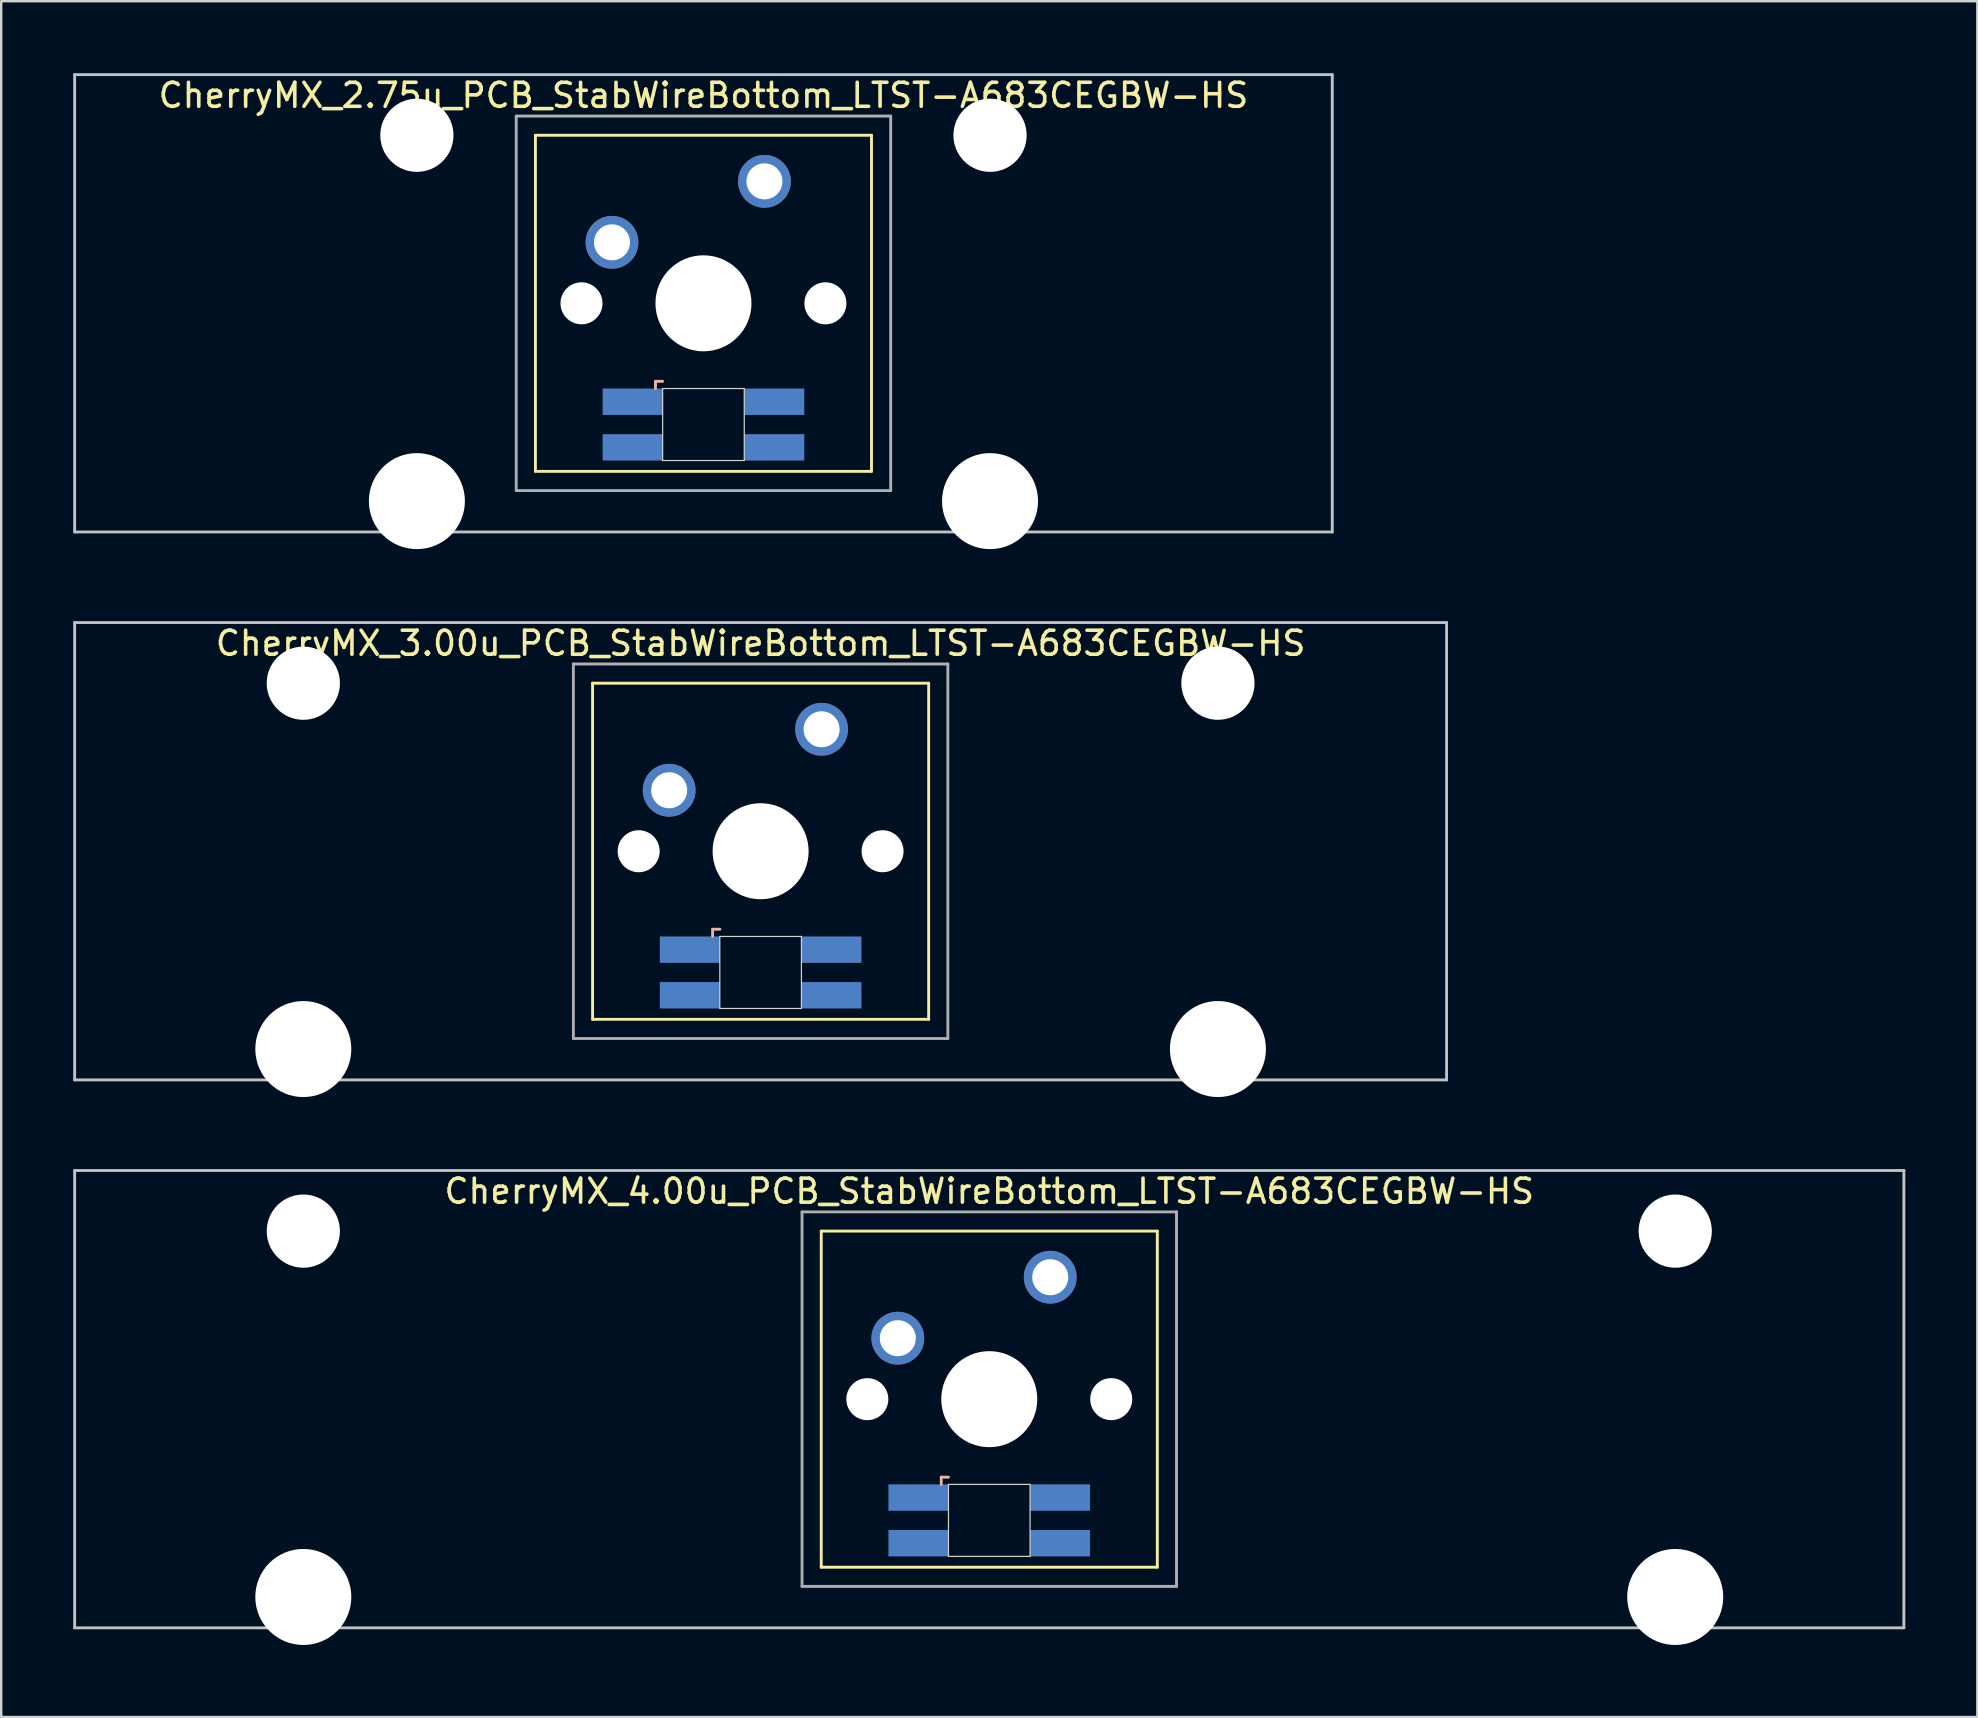
<source format=kicad_pcb>
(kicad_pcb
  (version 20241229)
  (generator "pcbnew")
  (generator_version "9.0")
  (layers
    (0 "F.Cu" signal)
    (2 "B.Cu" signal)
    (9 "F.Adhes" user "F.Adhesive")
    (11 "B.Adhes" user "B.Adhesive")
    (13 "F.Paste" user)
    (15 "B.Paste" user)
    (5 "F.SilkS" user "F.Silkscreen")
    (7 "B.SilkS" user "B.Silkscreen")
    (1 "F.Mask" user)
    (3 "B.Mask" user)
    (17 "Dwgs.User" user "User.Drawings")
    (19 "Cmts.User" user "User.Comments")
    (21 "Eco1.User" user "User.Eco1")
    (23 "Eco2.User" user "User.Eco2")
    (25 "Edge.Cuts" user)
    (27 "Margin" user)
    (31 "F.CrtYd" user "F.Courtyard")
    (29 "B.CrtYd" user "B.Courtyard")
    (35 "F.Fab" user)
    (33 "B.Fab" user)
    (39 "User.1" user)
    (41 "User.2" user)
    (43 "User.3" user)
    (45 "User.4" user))
  (footprint "CherryMX_3.00u_PCB_StabWireBottom_LTST-A683CEGBW-HS"
    (layer "F.Cu")
    (at 28.635 32.41)
    (property "Reference" "CherryMX_3.00u_PCB_StabWireBottom_LTST-A683CEGBW-HS" (at 0 -8.662 0) (layer "F.SilkS") (effects (font (size 1 1) (thickness 0.15))))
    (attr through_hole)
    (fp_line (start -7 -7) (end -7 7) (stroke (width 0.12) (type solid)) (layer "F.SilkS"))
    (fp_line (start -7 -7) (end 7 -7) (stroke (width 0.12) (type solid)) (layer "F.SilkS"))
    (fp_line (start 7 -7) (end 7 7) (stroke (width 0.12) (type solid)) (layer "F.SilkS"))
    (fp_line (start 7 7) (end -7 7) (stroke (width 0.12) (type solid)) (layer "F.SilkS"))
    (fp_line (start -2 3.25) (end -2 3.55) (stroke (width 0.12) (type solid)) (layer "B.SilkS"))
    (fp_line (start -1.7 3.25) (end -2 3.25) (stroke (width 0.12) (type solid)) (layer "B.SilkS"))
    (fp_line (start -28.575 -9.525) (end 28.575 -9.525) (stroke (width 0.12) (type solid)) (layer "Dwgs.User"))
    (fp_line (start -28.575 9.525) (end -28.575 -9.525) (stroke (width 0.12) (type solid)) (layer "Dwgs.User"))
    (fp_line (start 28.575 -9.525) (end 28.575 9.525) (stroke (width 0.12) (type solid)) (layer "Dwgs.User"))
    (fp_line (start 28.575 9.525) (end -28.575 9.525) (stroke (width 0.12) (type solid)) (layer "Dwgs.User"))
    (fp_line (start -1.7 3.55) (end 1.7 3.55) (stroke (width 0.05) (type solid)) (layer "Edge.Cuts"))
    (fp_line (start -1.7 6.55) (end -1.7 3.55) (stroke (width 0.05) (type solid)) (layer "Edge.Cuts"))
    (fp_line (start 1.7 3.55) (end 1.7 6.55) (stroke (width 0.05) (type solid)) (layer "Edge.Cuts"))
    (fp_line (start 1.7 6.55) (end -1.7 6.55) (stroke (width 0.05) (type solid)) (layer "Edge.Cuts"))
    (fp_line (start -7.8 -7.8) (end -7.8 7.8) (stroke (width 0.12) (type solid)) (layer "F.Fab"))
    (fp_line (start -7.8 -7.8) (end 7.8 -7.8) (stroke (width 0.12) (type solid)) (layer "F.Fab"))
    (fp_line (start -7.8 7.8) (end 7.8 7.8) (stroke (width 0.12) (type solid)) (layer "F.Fab"))
    (fp_line (start 7.8 -7.8) (end 7.8 7.8) (stroke (width 0.12) (type solid)) (layer "F.Fab"))
    (pad "" np_thru_hole circle (at -19.05 -7) (size 3.05 3.05) (drill 3.05) (layers "*.Cu" "*.Mask"))
    (pad "" np_thru_hole circle (at -19.05 8.24) (size 4 4) (drill 4) (layers "*.Cu" "*.Mask"))
    (pad "" np_thru_hole circle (at -5.08 0) (size 1.75 1.75) (drill 1.75) (layers "*.Cu" "*.Mask"))
    (pad "" np_thru_hole circle (at 0 0) (size 4 4) (drill 4) (layers "*.Cu" "*.Mask"))
    (pad "" np_thru_hole circle (at 5.08 0) (size 1.75 1.75) (drill 1.75) (layers "*.Cu" "*.Mask"))
    (pad "" np_thru_hole circle (at 19.05 -7) (size 3.05 3.05) (drill 3.05) (layers "*.Cu" "*.Mask"))
    (pad "" np_thru_hole circle (at 19.05 8.24) (size 4 4) (drill 4) (layers "*.Cu" "*.Mask"))
    (pad "1" thru_hole circle (at -3.81 -2.54) (size 2.2 2.2) (drill 1.5) (layers "*.Cu" "*.Mask"))
    (pad "2" thru_hole circle (at 2.54 -5.08) (size 2.2 2.2) (drill 1.5) (layers "*.Cu" "*.Mask"))
    (pad "3" smd rect (at -2.95 4.1) (size 2.5 1.1) (layers "B.Cu" "B.Mask" "B.Paste"))
    (pad "4" smd rect (at -2.95 6) (size 2.5 1.1) (layers "B.Cu" "B.Mask" "B.Paste"))
    (pad "5" smd rect (at 2.95 4.1) (size 2.5 1.1) (layers "B.Cu" "B.Mask" "B.Paste"))
    (pad "6" smd rect (at 2.95 6) (size 2.5 1.1) (layers "B.Cu" "B.Mask" "B.Paste")))
  (footprint "CherryMX_2.75u_PCB_StabWireBottom_LTST-A683CEGBW-HS"
    (layer "F.Cu")
    (at 26.254 9.585)
    (property "Reference" "CherryMX_2.75u_PCB_StabWireBottom_LTST-A683CEGBW-HS" (at 0 -8.662 0) (layer "F.SilkS") (effects (font (size 1 1) (thickness 0.15))))
    (attr through_hole)
    (fp_line (start -7 -7) (end -7 7) (stroke (width 0.12) (type solid)) (layer "F.SilkS"))
    (fp_line (start -7 -7) (end 7 -7) (stroke (width 0.12) (type solid)) (layer "F.SilkS"))
    (fp_line (start 7 -7) (end 7 7) (stroke (width 0.12) (type solid)) (layer "F.SilkS"))
    (fp_line (start 7 7) (end -7 7) (stroke (width 0.12) (type solid)) (layer "F.SilkS"))
    (fp_line (start -2 3.25) (end -2 3.55) (stroke (width 0.12) (type solid)) (layer "B.SilkS"))
    (fp_line (start -1.7 3.25) (end -2 3.25) (stroke (width 0.12) (type solid)) (layer "B.SilkS"))
    (fp_line (start -26.194 -9.525) (end 26.194 -9.525) (stroke (width 0.12) (type solid)) (layer "Dwgs.User"))
    (fp_line (start -26.194 9.525) (end -26.194 -9.525) (stroke (width 0.12) (type solid)) (layer "Dwgs.User"))
    (fp_line (start 26.194 -9.525) (end 26.194 9.525) (stroke (width 0.12) (type solid)) (layer "Dwgs.User"))
    (fp_line (start 26.194 9.525) (end -26.194 9.525) (stroke (width 0.12) (type solid)) (layer "Dwgs.User"))
    (fp_line (start -1.7 3.55) (end 1.7 3.55) (stroke (width 0.05) (type solid)) (layer "Edge.Cuts"))
    (fp_line (start -1.7 6.55) (end -1.7 3.55) (stroke (width 0.05) (type solid)) (layer "Edge.Cuts"))
    (fp_line (start 1.7 3.55) (end 1.7 6.55) (stroke (width 0.05) (type solid)) (layer "Edge.Cuts"))
    (fp_line (start 1.7 6.55) (end -1.7 6.55) (stroke (width 0.05) (type solid)) (layer "Edge.Cuts"))
    (fp_line (start -7.8 -7.8) (end -7.8 7.8) (stroke (width 0.12) (type solid)) (layer "F.Fab"))
    (fp_line (start -7.8 -7.8) (end 7.8 -7.8) (stroke (width 0.12) (type solid)) (layer "F.Fab"))
    (fp_line (start -7.8 7.8) (end 7.8 7.8) (stroke (width 0.12) (type solid)) (layer "F.Fab"))
    (fp_line (start 7.8 -7.8) (end 7.8 7.8) (stroke (width 0.12) (type solid)) (layer "F.Fab"))
    (pad "" np_thru_hole circle (at -11.938 -7) (size 3.05 3.05) (drill 3.05) (layers "*.Cu" "*.Mask"))
    (pad "" np_thru_hole circle (at -11.938 8.24) (size 4 4) (drill 4) (layers "*.Cu" "*.Mask"))
    (pad "" np_thru_hole circle (at -5.08 0) (size 1.75 1.75) (drill 1.75) (layers "*.Cu" "*.Mask"))
    (pad "" np_thru_hole circle (at 0 0) (size 4 4) (drill 4) (layers "*.Cu" "*.Mask"))
    (pad "" np_thru_hole circle (at 5.08 0) (size 1.75 1.75) (drill 1.75) (layers "*.Cu" "*.Mask"))
    (pad "" np_thru_hole circle (at 11.938 -7) (size 3.05 3.05) (drill 3.05) (layers "*.Cu" "*.Mask"))
    (pad "" np_thru_hole circle (at 11.938 8.24) (size 4 4) (drill 4) (layers "*.Cu" "*.Mask"))
    (pad "1" thru_hole circle (at -3.81 -2.54) (size 2.2 2.2) (drill 1.5) (layers "*.Cu" "*.Mask"))
    (pad "2" thru_hole circle (at 2.54 -5.08) (size 2.2 2.2) (drill 1.5) (layers "*.Cu" "*.Mask"))
    (pad "3" smd rect (at -2.95 4.1) (size 2.5 1.1) (layers "B.Cu" "B.Mask" "B.Paste"))
    (pad "4" smd rect (at -2.95 6) (size 2.5 1.1) (layers "B.Cu" "B.Mask" "B.Paste"))
    (pad "5" smd rect (at 2.95 4.1) (size 2.5 1.1) (layers "B.Cu" "B.Mask" "B.Paste"))
    (pad "6" smd rect (at 2.95 6) (size 2.5 1.1) (layers "B.Cu" "B.Mask" "B.Paste")))
  (footprint "CherryMX_4.00u_PCB_StabWireBottom_LTST-A683CEGBW-HS"
    (layer "F.Cu")
    (at 38.16 55.235)
    (property "Reference" "CherryMX_4.00u_PCB_StabWireBottom_LTST-A683CEGBW-HS" (at 0 -8.662 0) (layer "F.SilkS") (effects (font (size 1 1) (thickness 0.15))))
    (attr through_hole)
    (fp_line (start -7 -7) (end -7 7) (stroke (width 0.12) (type solid)) (layer "F.SilkS"))
    (fp_line (start -7 -7) (end 7 -7) (stroke (width 0.12) (type solid)) (layer "F.SilkS"))
    (fp_line (start 7 -7) (end 7 7) (stroke (width 0.12) (type solid)) (layer "F.SilkS"))
    (fp_line (start 7 7) (end -7 7) (stroke (width 0.12) (type solid)) (layer "F.SilkS"))
    (fp_line (start -2 3.25) (end -2 3.55) (stroke (width 0.12) (type solid)) (layer "B.SilkS"))
    (fp_line (start -1.7 3.25) (end -2 3.25) (stroke (width 0.12) (type solid)) (layer "B.SilkS"))
    (fp_line (start -38.1 -9.525) (end 38.1 -9.525) (stroke (width 0.12) (type solid)) (layer "Dwgs.User"))
    (fp_line (start -38.1 9.525) (end -38.1 -9.525) (stroke (width 0.12) (type solid)) (layer "Dwgs.User"))
    (fp_line (start 38.1 -9.525) (end 38.1 9.525) (stroke (width 0.12) (type solid)) (layer "Dwgs.User"))
    (fp_line (start 38.1 9.525) (end -38.1 9.525) (stroke (width 0.12) (type solid)) (layer "Dwgs.User"))
    (fp_line (start -1.7 3.55) (end 1.7 3.55) (stroke (width 0.05) (type solid)) (layer "Edge.Cuts"))
    (fp_line (start -1.7 6.55) (end -1.7 3.55) (stroke (width 0.05) (type solid)) (layer "Edge.Cuts"))
    (fp_line (start 1.7 3.55) (end 1.7 6.55) (stroke (width 0.05) (type solid)) (layer "Edge.Cuts"))
    (fp_line (start 1.7 6.55) (end -1.7 6.55) (stroke (width 0.05) (type solid)) (layer "Edge.Cuts"))
    (fp_line (start -7.8 -7.8) (end -7.8 7.8) (stroke (width 0.12) (type solid)) (layer "F.Fab"))
    (fp_line (start -7.8 -7.8) (end 7.8 -7.8) (stroke (width 0.12) (type solid)) (layer "F.Fab"))
    (fp_line (start -7.8 7.8) (end 7.8 7.8) (stroke (width 0.12) (type solid)) (layer "F.Fab"))
    (fp_line (start 7.8 -7.8) (end 7.8 7.8) (stroke (width 0.12) (type solid)) (layer "F.Fab"))
    (pad "" np_thru_hole circle (at -28.575 -7) (size 3.05 3.05) (drill 3.05) (layers "*.Cu" "*.Mask"))
    (pad "" np_thru_hole circle (at -28.575 8.24) (size 4 4) (drill 4) (layers "*.Cu" "*.Mask"))
    (pad "" np_thru_hole circle (at -5.08 0) (size 1.75 1.75) (drill 1.75) (layers "*.Cu" "*.Mask"))
    (pad "" np_thru_hole circle (at 0 0) (size 4 4) (drill 4) (layers "*.Cu" "*.Mask"))
    (pad "" np_thru_hole circle (at 5.08 0) (size 1.75 1.75) (drill 1.75) (layers "*.Cu" "*.Mask"))
    (pad "" np_thru_hole circle (at 28.575 -7) (size 3.05 3.05) (drill 3.05) (layers "*.Cu" "*.Mask"))
    (pad "" np_thru_hole circle (at 28.575 8.24) (size 4 4) (drill 4) (layers "*.Cu" "*.Mask"))
    (pad "1" thru_hole circle (at -3.81 -2.54) (size 2.2 2.2) (drill 1.5) (layers "*.Cu" "*.Mask"))
    (pad "2" thru_hole circle (at 2.54 -5.08) (size 2.2 2.2) (drill 1.5) (layers "*.Cu" "*.Mask"))
    (pad "3" smd rect (at -2.95 4.1) (size 2.5 1.1) (layers "B.Cu" "B.Mask" "B.Paste"))
    (pad "4" smd rect (at -2.95 6) (size 2.5 1.1) (layers "B.Cu" "B.Mask" "B.Paste"))
    (pad "5" smd rect (at 2.95 4.1) (size 2.5 1.1) (layers "B.Cu" "B.Mask" "B.Paste"))
    (pad "6" smd rect (at 2.95 6) (size 2.5 1.1) (layers "B.Cu" "B.Mask" "B.Paste")))
  (gr_rect
    (start -3 -3)
    (end 79.32 68.475)
    (stroke (width 0.1) (type default))
    (fill no)
    (layer "Edge.Cuts")))
</source>
